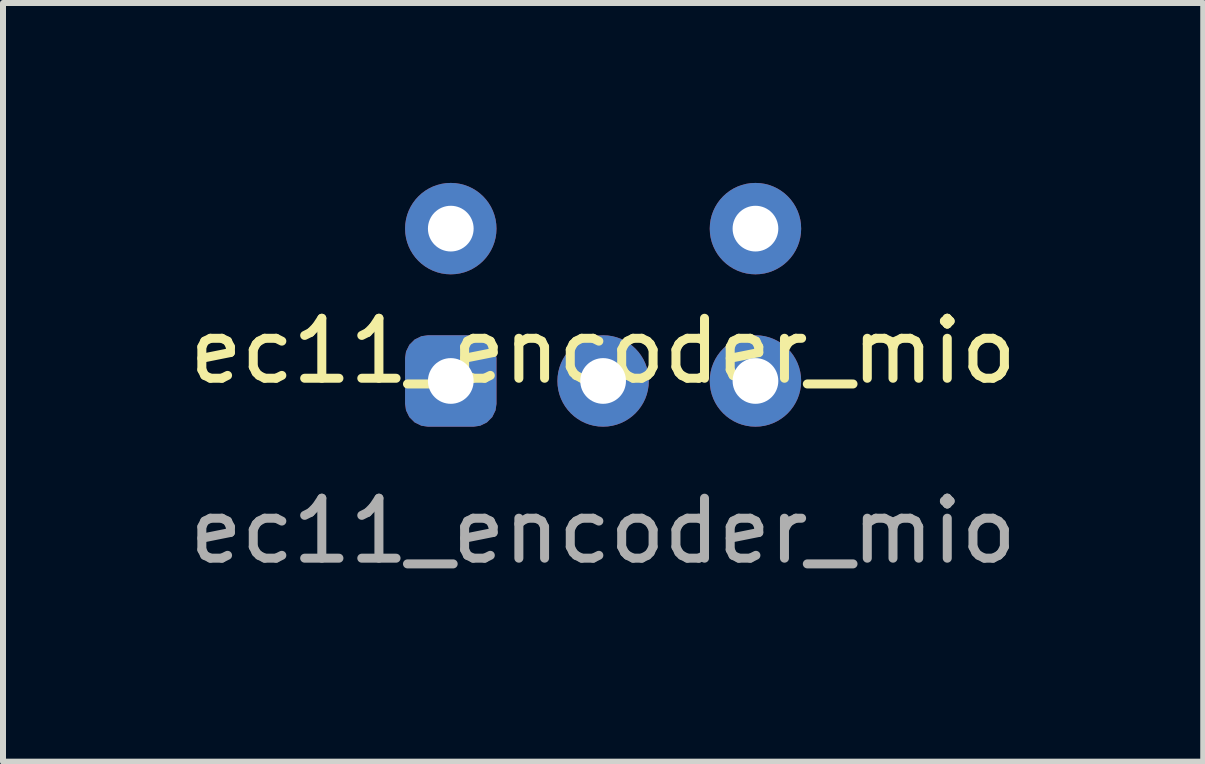
<source format=kicad_pcb>
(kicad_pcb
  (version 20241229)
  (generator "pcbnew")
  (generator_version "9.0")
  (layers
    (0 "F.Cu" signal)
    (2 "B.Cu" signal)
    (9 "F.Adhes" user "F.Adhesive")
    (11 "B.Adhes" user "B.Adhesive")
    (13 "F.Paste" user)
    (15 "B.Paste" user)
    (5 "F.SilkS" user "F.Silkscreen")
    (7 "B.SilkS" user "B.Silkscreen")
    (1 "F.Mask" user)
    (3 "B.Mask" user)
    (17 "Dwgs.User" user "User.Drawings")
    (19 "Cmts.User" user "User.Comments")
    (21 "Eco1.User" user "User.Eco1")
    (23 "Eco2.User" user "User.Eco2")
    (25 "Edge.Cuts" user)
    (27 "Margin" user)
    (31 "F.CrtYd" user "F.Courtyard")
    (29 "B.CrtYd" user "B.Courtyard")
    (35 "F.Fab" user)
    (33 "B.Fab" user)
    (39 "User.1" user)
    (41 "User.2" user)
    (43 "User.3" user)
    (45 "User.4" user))
  (footprint "ec11_encoder_mio"
    (layer "F.Cu")
    (at 7.006 3.302)
    (property "Reference" "ec11_encoder_mio" (at 0 -0.5 0) (unlocked yes) (layer "F.SilkS") (effects (font (size 1 1) (thickness 0.15))))
    (attr through_hole)
    (fp_text user "${REFERENCE}" (at 0 2.5 0) (unlocked yes) (layer "F.Fab") (effects (font (size 1 1) (thickness 0.15))))
    (pad "A" thru_hole roundrect (at -2.54 0) (size 1.524 1.524) (drill 0.762) (layers "*.Cu" "*.Mask") (roundrect_rratio 0.25))
    (pad "B" thru_hole circle (at 2.54 0) (size 1.524 1.524) (drill 0.762) (layers "*.Cu" "*.Mask"))
    (pad "C" thru_hole circle (at 0 0) (size 1.524 1.524) (drill 0.762) (layers "*.Cu" "*.Mask"))
    (pad "S1" thru_hole circle (at 2.54 -2.54) (size 1.524 1.524) (drill 0.762) (layers "*.Cu" "*.Mask"))
    (pad "S2" thru_hole circle (at -2.54 -2.54) (size 1.524 1.524) (drill 0.762) (layers "*.Cu" "*.Mask")))
  (gr_rect
    (start -3 -3)
    (end 17.012 9.65)
    (stroke (width 0.1) (type default))
    (fill no)
    (layer "Edge.Cuts")))
</source>
